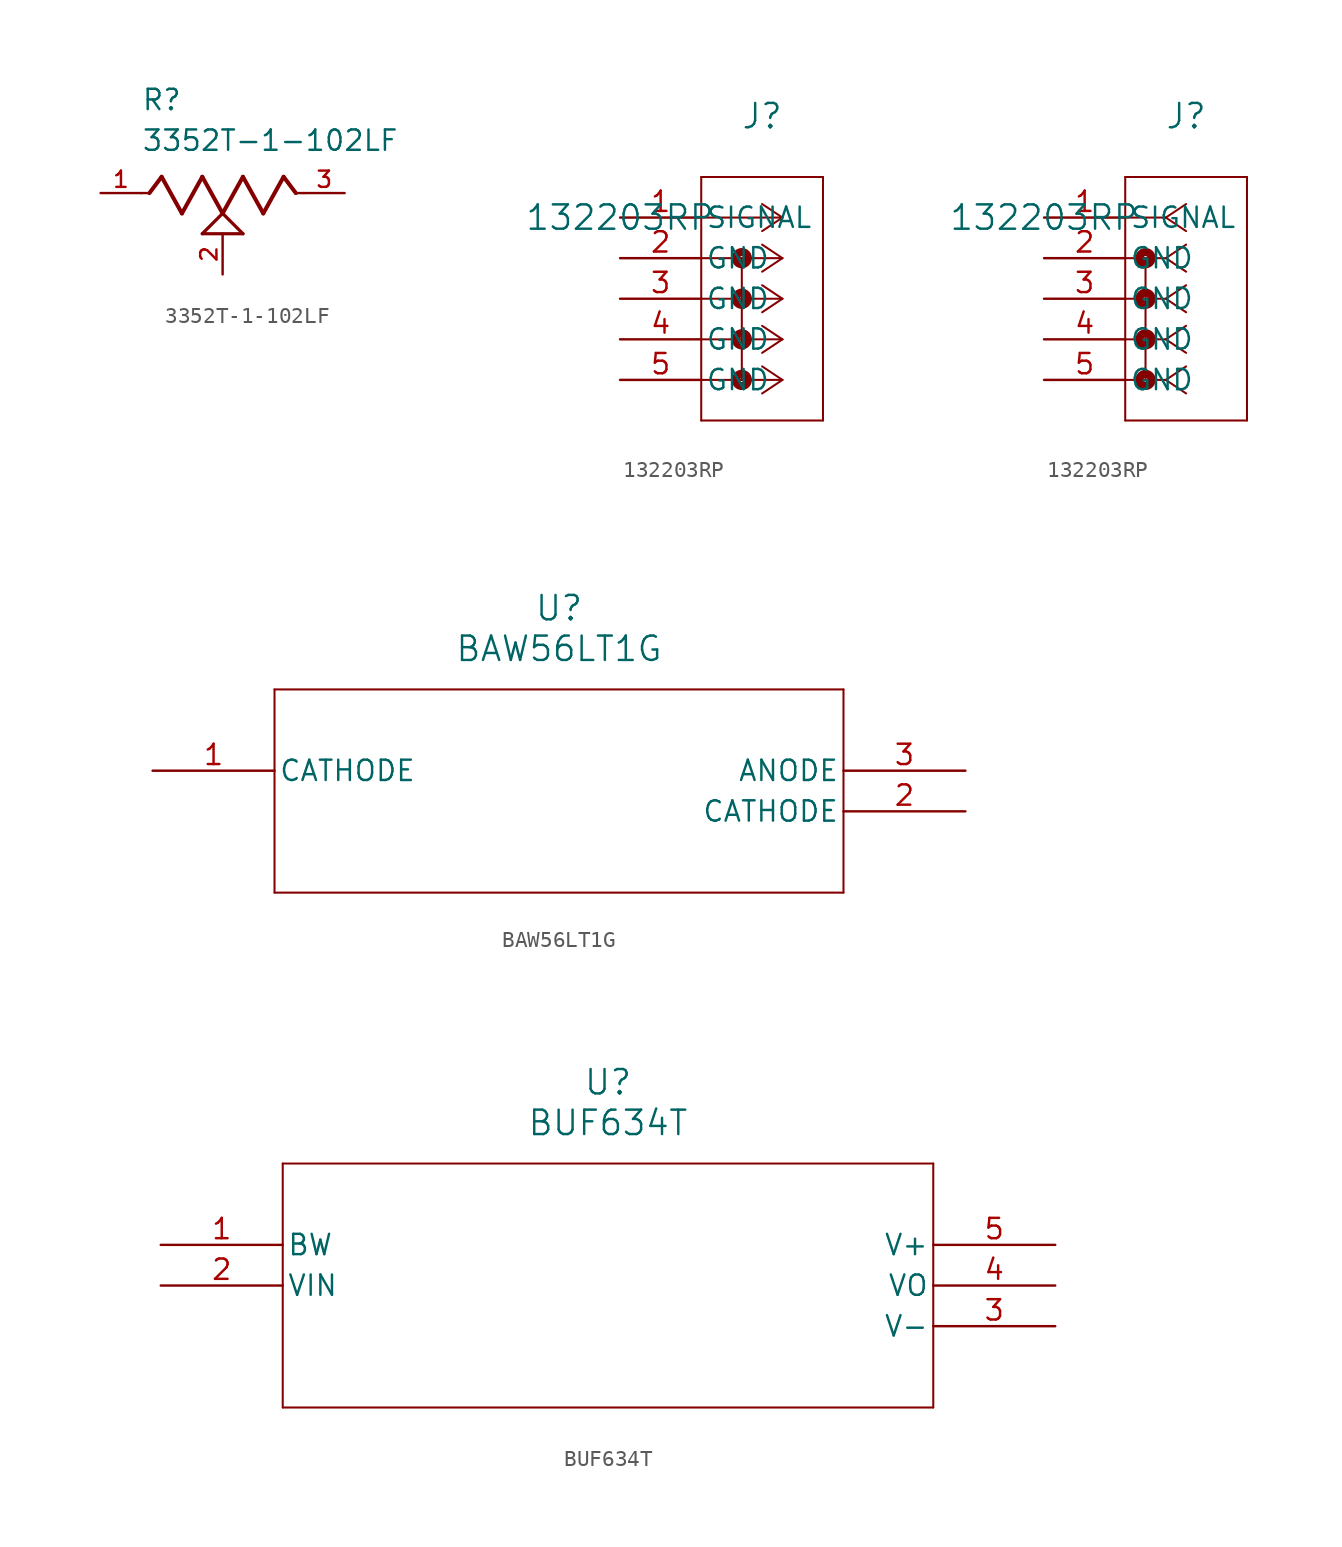
<source format=kicad_sym>
(kicad_symbol_lib
  (version 20231120)
  (generator "kicad_symbol_editor")
  (generator_version "8.0")
  (symbol "3352T-1-102LF"
    (pin_names
      (offset 1.016))
    (property "Reference" "R"
      (at -5.08 5.08 0)
      (effects (font (size 1.27 1.27)) (justify left bottom)))
    (property "Value" "3352T-1-102LF"
      (at -5.08 2.54 0)
      (effects (font (size 1.27 1.27)) (justify left bottom)))
    (symbol "3352T-1-102LF_0_0"
      (polyline (pts (xy -5.08 0) (xy -4.572 0)) (stroke (width 0.152) (type default)) (fill (type none)))
      (polyline (pts (xy -4.572 0) (xy -3.81 1.016)) (stroke (width 0.254) (type default)) (fill (type none)))
      (polyline (pts (xy -3.81 1.016) (xy -2.54 -1.27)) (stroke (width 0.254) (type default)) (fill (type none)))
      (polyline (pts (xy -2.54 -1.27) (xy -1.27 1.016)) (stroke (width 0.254) (type default)) (fill (type none)))
      (polyline (pts (xy -1.27 -2.54) (xy 0 -1.27)) (stroke (width 0.203) (type default)) (fill (type none)))
      (polyline (pts (xy -1.27 1.016) (xy 0 -1.27)) (stroke (width 0.254) (type default)) (fill (type none)))
      (polyline (pts (xy 0 -1.27) (xy 1.27 -2.54)) (stroke (width 0.203) (type default)) (fill (type none)))
      (polyline (pts (xy 0 -1.27) (xy 1.27 1.016)) (stroke (width 0.254) (type default)) (fill (type none)))
      (polyline (pts (xy 1.27 -2.54) (xy -1.27 -2.54)) (stroke (width 0.203) (type default)) (fill (type none)))
      (polyline (pts (xy 1.27 1.016) (xy 2.54 -1.27)) (stroke (width 0.254) (type default)) (fill (type none)))
      (polyline (pts (xy 2.54 -1.27) (xy 3.81 1.016)) (stroke (width 0.254) (type default)) (fill (type none)))
      (polyline (pts (xy 3.81 1.016) (xy 4.572 0)) (stroke (width 0.254) (type default)) (fill (type none)))
      (polyline (pts (xy 4.572 0) (xy 5.08 0)) (stroke (width 0.152) (type default)) (fill (type none)))
      (pin passive line (at -7.62 0 0) (length 2.54) (name "~" (effects (font (size 1.016 1.016)))) (number "1" (effects (font (size 1.016 1.016)))))
      (pin passive line (at 0 -5.08 90) (length 2.54) (name "~" (effects (font (size 1.016 1.016)))) (number "2" (effects (font (size 1.016 1.016)))))
      (pin passive line (at 7.62 0 180) (length 2.54) (name "~" (effects (font (size 1.016 1.016)))) (number "3" (effects (font (size 1.016 1.016)))))))
  (symbol "132203RP"
    (pin_names
      (offset 0.254))
    (property "Reference" "J"
      (at 8.89 6.35 0)
      (effects (font (size 1.524 1.524))))
    (property "Value" "132203RP"
      (at 0 0 0)
      (effects (font (size 1.524 1.524))))
    (property "ki_locked" ""
      (at 0 0 0)
      (effects (font (size 1.27 1.27))))
    (symbol "132203RP_1_1"
      (polyline (pts (xy 5.08 -12.7) (xy 12.7 -12.7)) (stroke (width 0.127) (type default)) (fill (type none)))
      (polyline (pts (xy 5.08 2.54) (xy 5.08 -12.7)) (stroke (width 0.127) (type default)) (fill (type none)))
      (polyline (pts (xy 7.62 -2.54) (xy 7.62 -10.16)) (stroke (width 0.127) (type default)) (fill (type none)))
      (polyline (pts (xy 10.16 -10.16) (xy 5.08 -10.16)) (stroke (width 0.127) (type default)) (fill (type none)))
      (polyline (pts (xy 10.16 -10.16) (xy 8.89 -11.007)) (stroke (width 0.127) (type default)) (fill (type none)))
      (polyline (pts (xy 10.16 -10.16) (xy 8.89 -9.313)) (stroke (width 0.127) (type default)) (fill (type none)))
      (polyline (pts (xy 10.16 -7.62) (xy 5.08 -7.62)) (stroke (width 0.127) (type default)) (fill (type none)))
      (polyline (pts (xy 10.16 -7.62) (xy 8.89 -8.467)) (stroke (width 0.127) (type default)) (fill (type none)))
      (polyline (pts (xy 10.16 -7.62) (xy 8.89 -6.773)) (stroke (width 0.127) (type default)) (fill (type none)))
      (polyline (pts (xy 10.16 -5.08) (xy 5.08 -5.08)) (stroke (width 0.127) (type default)) (fill (type none)))
      (polyline (pts (xy 10.16 -5.08) (xy 8.89 -5.927)) (stroke (width 0.127) (type default)) (fill (type none)))
      (polyline (pts (xy 10.16 -5.08) (xy 8.89 -4.233)) (stroke (width 0.127) (type default)) (fill (type none)))
      (polyline (pts (xy 10.16 -2.54) (xy 5.08 -2.54)) (stroke (width 0.127) (type default)) (fill (type none)))
      (polyline (pts (xy 10.16 -2.54) (xy 8.89 -3.387)) (stroke (width 0.127) (type default)) (fill (type none)))
      (polyline (pts (xy 10.16 -2.54) (xy 8.89 -1.693)) (stroke (width 0.127) (type default)) (fill (type none)))
      (polyline (pts (xy 10.16 0) (xy 5.08 0)) (stroke (width 0.127) (type default)) (fill (type none)))
      (polyline (pts (xy 10.16 0) (xy 8.89 -0.847)) (stroke (width 0.127) (type default)) (fill (type none)))
      (polyline (pts (xy 10.16 0) (xy 8.89 0.847)) (stroke (width 0.127) (type default)) (fill (type none)))
      (polyline (pts (xy 12.7 -12.7) (xy 12.7 2.54)) (stroke (width 0.127) (type default)) (fill (type none)))
      (polyline (pts (xy 12.7 2.54) (xy 5.08 2.54)) (stroke (width 0.127) (type default)) (fill (type none)))
      (circle (center 7.62 -10.16) (radius 0.127) (stroke (width 0.508) (type default)) (fill (type none)))
      (circle (center 7.62 -7.62) (radius 0.127) (stroke (width 0.508) (type default)) (fill (type none)))
      (circle (center 7.62 -5.08) (radius 0.127) (stroke (width 0.508) (type default)) (fill (type none)))
      (circle (center 7.62 -2.54) (radius 0.127) (stroke (width 0.508) (type default)) (fill (type none)))
      (pin unspecified line (at 0 0 0) (length 5.08) (name "SIGNAL" (effects (font (size 1.27 1.27)))) (number "1" (effects (font (size 1.27 1.27)))))
      (pin unspecified line (at 0 -2.54 0) (length 5.08) (name "GND" (effects (font (size 1.27 1.27)))) (number "2" (effects (font (size 1.27 1.27)))))
      (pin unspecified line (at 0 -5.08 0) (length 5.08) (name "GND" (effects (font (size 1.27 1.27)))) (number "3" (effects (font (size 1.27 1.27)))))
      (pin unspecified line (at 0 -7.62 0) (length 5.08) (name "GND" (effects (font (size 1.27 1.27)))) (number "4" (effects (font (size 1.27 1.27)))))
      (pin unspecified line (at 0 -10.16 0) (length 5.08) (name "GND" (effects (font (size 1.27 1.27)))) (number "5" (effects (font (size 1.27 1.27))))))
    (symbol "132203RP_1_2"
      (polyline (pts (xy 5.08 -12.7) (xy 12.7 -12.7)) (stroke (width 0.127) (type default)) (fill (type none)))
      (polyline (pts (xy 5.08 2.54) (xy 5.08 -12.7)) (stroke (width 0.127) (type default)) (fill (type none)))
      (polyline (pts (xy 6.35 -2.54) (xy 6.35 -10.16)) (stroke (width 0.127) (type default)) (fill (type none)))
      (polyline (pts (xy 7.62 -10.16) (xy 5.08 -10.16)) (stroke (width 0.127) (type default)) (fill (type none)))
      (polyline (pts (xy 7.62 -10.16) (xy 8.89 -11.007)) (stroke (width 0.127) (type default)) (fill (type none)))
      (polyline (pts (xy 7.62 -10.16) (xy 8.89 -9.313)) (stroke (width 0.127) (type default)) (fill (type none)))
      (polyline (pts (xy 7.62 -7.62) (xy 5.08 -7.62)) (stroke (width 0.127) (type default)) (fill (type none)))
      (polyline (pts (xy 7.62 -7.62) (xy 8.89 -8.467)) (stroke (width 0.127) (type default)) (fill (type none)))
      (polyline (pts (xy 7.62 -7.62) (xy 8.89 -6.773)) (stroke (width 0.127) (type default)) (fill (type none)))
      (polyline (pts (xy 7.62 -5.08) (xy 5.08 -5.08)) (stroke (width 0.127) (type default)) (fill (type none)))
      (polyline (pts (xy 7.62 -5.08) (xy 8.89 -5.927)) (stroke (width 0.127) (type default)) (fill (type none)))
      (polyline (pts (xy 7.62 -5.08) (xy 8.89 -4.233)) (stroke (width 0.127) (type default)) (fill (type none)))
      (polyline (pts (xy 7.62 -2.54) (xy 5.08 -2.54)) (stroke (width 0.127) (type default)) (fill (type none)))
      (polyline (pts (xy 7.62 -2.54) (xy 8.89 -3.387)) (stroke (width 0.127) (type default)) (fill (type none)))
      (polyline (pts (xy 7.62 -2.54) (xy 8.89 -1.693)) (stroke (width 0.127) (type default)) (fill (type none)))
      (polyline (pts (xy 7.62 0) (xy 5.08 0)) (stroke (width 0.127) (type default)) (fill (type none)))
      (polyline (pts (xy 7.62 0) (xy 8.89 -0.847)) (stroke (width 0.127) (type default)) (fill (type none)))
      (polyline (pts (xy 7.62 0) (xy 8.89 0.847)) (stroke (width 0.127) (type default)) (fill (type none)))
      (polyline (pts (xy 12.7 -12.7) (xy 12.7 2.54)) (stroke (width 0.127) (type default)) (fill (type none)))
      (polyline (pts (xy 12.7 2.54) (xy 5.08 2.54)) (stroke (width 0.127) (type default)) (fill (type none)))
      (circle (center 6.35 -10.16) (radius 0.127) (stroke (width 0.508) (type default)) (fill (type none)))
      (circle (center 6.35 -7.62) (radius 0.127) (stroke (width 0.508) (type default)) (fill (type none)))
      (circle (center 6.35 -5.08) (radius 0.127) (stroke (width 0.508) (type default)) (fill (type none)))
      (circle (center 6.35 -2.54) (radius 0.127) (stroke (width 0.508) (type default)) (fill (type none)))
      (pin unspecified line (at 0 0 0) (length 5.08) (name "SIGNAL" (effects (font (size 1.27 1.27)))) (number "1" (effects (font (size 1.27 1.27)))))
      (pin unspecified line (at 0 -2.54 0) (length 5.08) (name "GND" (effects (font (size 1.27 1.27)))) (number "2" (effects (font (size 1.27 1.27)))))
      (pin unspecified line (at 0 -5.08 0) (length 5.08) (name "GND" (effects (font (size 1.27 1.27)))) (number "3" (effects (font (size 1.27 1.27)))))
      (pin unspecified line (at 0 -7.62 0) (length 5.08) (name "GND" (effects (font (size 1.27 1.27)))) (number "4" (effects (font (size 1.27 1.27)))))
      (pin unspecified line (at 0 -10.16 0) (length 5.08) (name "GND" (effects (font (size 1.27 1.27)))) (number "5" (effects (font (size 1.27 1.27)))))))
  (symbol "BAW56LT1G"
    (pin_names
      (offset 0.254))
    (property "Reference" "U"
      (at 25.4 10.16 0)
      (effects (font (size 1.524 1.524))))
    (property "Value" "BAW56LT1G"
      (at 25.4 7.62 0)
      (effects (font (size 1.524 1.524))))
    (property "ki_locked" ""
      (at 0 0 0)
      (effects (font (size 1.27 1.27))))
    (symbol "BAW56LT1G_0_1"
      (polyline (pts (xy 7.62 -7.62) (xy 43.18 -7.62)) (stroke (width 0.127) (type default)) (fill (type none)))
      (polyline (pts (xy 7.62 5.08) (xy 7.62 -7.62)) (stroke (width 0.127) (type default)) (fill (type none)))
      (polyline (pts (xy 43.18 -7.62) (xy 43.18 5.08)) (stroke (width 0.127) (type default)) (fill (type none)))
      (polyline (pts (xy 43.18 5.08) (xy 7.62 5.08)) (stroke (width 0.127) (type default)) (fill (type none)))
      (pin unspecified line (at 0 0 0) (length 7.62) (name "CATHODE" (effects (font (size 1.27 1.27)))) (number "1" (effects (font (size 1.27 1.27)))))
      (pin unspecified line (at 50.8 -2.54 180) (length 7.62) (name "CATHODE" (effects (font (size 1.27 1.27)))) (number "2" (effects (font (size 1.27 1.27)))))
      (pin unspecified line (at 50.8 0 180) (length 7.62) (name "ANODE" (effects (font (size 1.27 1.27)))) (number "3" (effects (font (size 1.27 1.27)))))))
  (symbol "BUF634T"
    (pin_names
      (offset 0.254))
    (property "Reference" "U"
      (at 27.94 10.16 0)
      (effects (font (size 1.524 1.524))))
    (property "Value" "BUF634T"
      (at 27.94 7.62 0)
      (effects (font (size 1.524 1.524))))
    (symbol "BUF634T_0_1"
      (polyline (pts (xy 7.62 -10.16) (xy 48.26 -10.16)) (stroke (width 0.127) (type default)) (fill (type none)))
      (polyline (pts (xy 7.62 5.08) (xy 7.62 -10.16)) (stroke (width 0.127) (type default)) (fill (type none)))
      (polyline (pts (xy 48.26 -10.16) (xy 48.26 5.08)) (stroke (width 0.127) (type default)) (fill (type none)))
      (polyline (pts (xy 48.26 5.08) (xy 7.62 5.08)) (stroke (width 0.127) (type default)) (fill (type none)))
      (pin unspecified line (at 0 0 0) (length 7.62) (name "BW" (effects (font (size 1.27 1.27)))) (number "1" (effects (font (size 1.27 1.27)))))
      (pin input line (at 0 -2.54 0) (length 7.62) (name "VIN" (effects (font (size 1.27 1.27)))) (number "2" (effects (font (size 1.27 1.27)))))
      (pin power_in line (at 55.88 -5.08 180) (length 7.62) (name "V-" (effects (font (size 1.27 1.27)))) (number "3" (effects (font (size 1.27 1.27)))))
      (pin output line (at 55.88 -2.54 180) (length 7.62) (name "VO" (effects (font (size 1.27 1.27)))) (number "4" (effects (font (size 1.27 1.27)))))
      (pin power_in line (at 55.88 0 180) (length 7.62) (name "V+" (effects (font (size 1.27 1.27)))) (number "5" (effects (font (size 1.27 1.27))))))))
</source>
